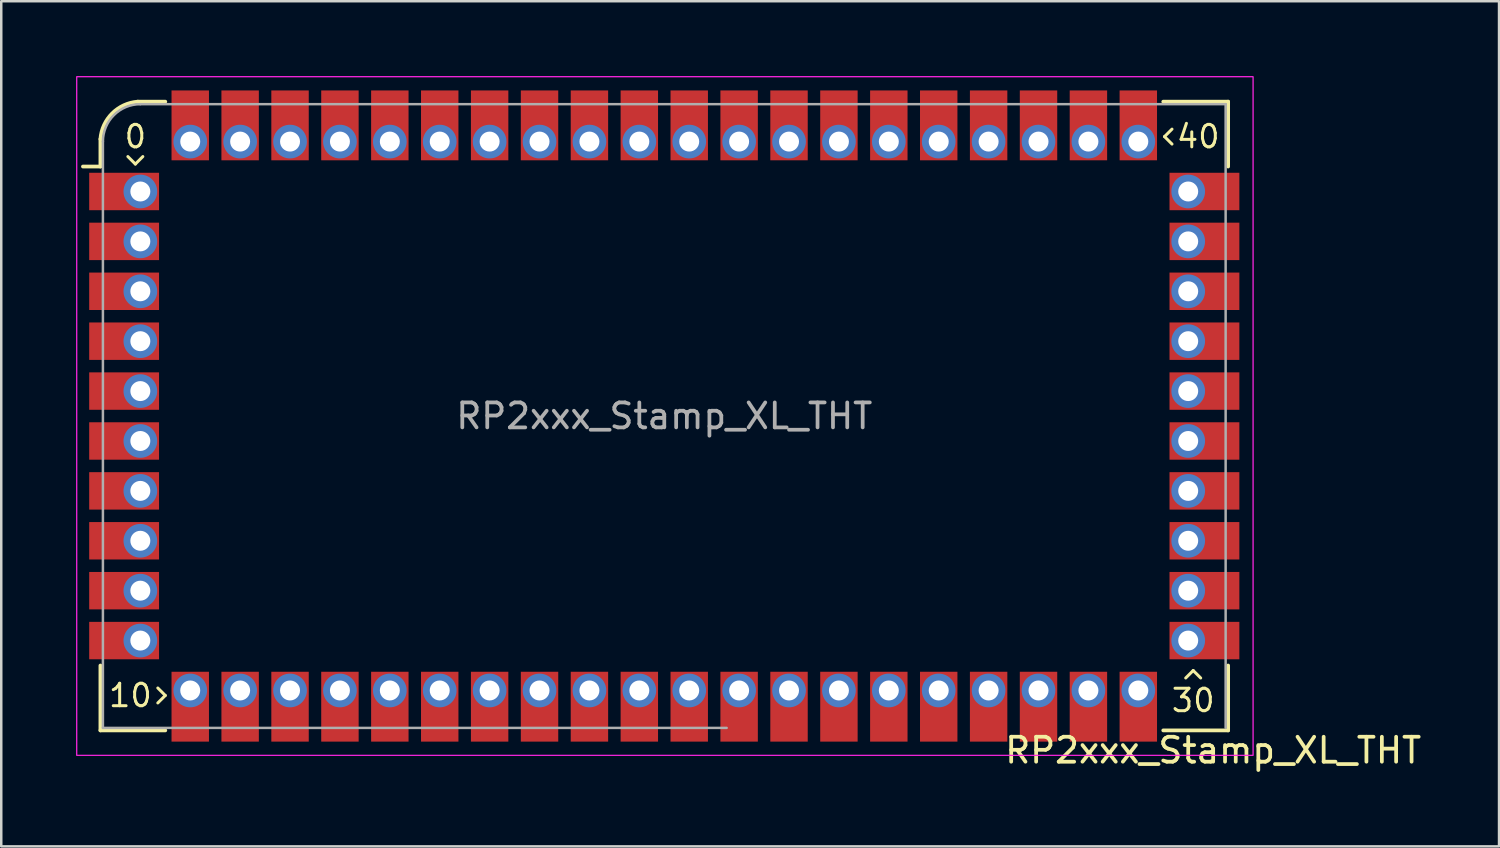
<source format=kicad_pcb>
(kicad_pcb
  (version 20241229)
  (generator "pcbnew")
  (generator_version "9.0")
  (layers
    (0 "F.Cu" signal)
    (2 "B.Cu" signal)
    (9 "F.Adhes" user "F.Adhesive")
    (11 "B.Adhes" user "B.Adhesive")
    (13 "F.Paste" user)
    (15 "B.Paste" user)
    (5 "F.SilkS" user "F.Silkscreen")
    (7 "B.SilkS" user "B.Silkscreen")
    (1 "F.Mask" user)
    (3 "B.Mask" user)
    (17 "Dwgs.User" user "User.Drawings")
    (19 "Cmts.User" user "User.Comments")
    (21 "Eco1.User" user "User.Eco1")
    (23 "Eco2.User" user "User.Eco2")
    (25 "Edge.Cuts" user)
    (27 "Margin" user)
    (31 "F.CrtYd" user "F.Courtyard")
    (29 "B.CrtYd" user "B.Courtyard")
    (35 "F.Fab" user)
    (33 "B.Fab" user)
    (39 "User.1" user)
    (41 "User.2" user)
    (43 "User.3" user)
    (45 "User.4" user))
  (footprint "RP2xxx_Stamp_XL_THT"
    (layer "F.Cu")
    (at 23.575 13.625)
    (property "Reference" "RP2xxx_Stamp_XL_THT" (at 22 13.4 0) (unlocked yes) (layer "F.SilkS") (effects (font (size 1 1) (thickness 0.15))))
    (attr through_hole)
    (fp_line (start -22.6 -10) (end -23.3 -10) (stroke (width 0.15) (type solid)) (layer "F.SilkS"))
    (fp_line (start -22.6 -10) (end -22.6 -11.1) (stroke (width 0.15) (type solid)) (layer "F.SilkS"))
    (fp_line (start -22.6 12.6) (end -22.6 10) (stroke (width 0.15) (type solid)) (layer "F.SilkS"))
    (fp_line (start -21.5 -10.4) (end -21.2 -10.1) (stroke (width 0.12) (type solid)) (layer "F.SilkS"))
    (fp_line (start -21.2 -10.1) (end -20.9 -10.4) (stroke (width 0.12) (type solid)) (layer "F.SilkS"))
    (fp_line (start -21.1 -12.6) (end -20 -12.6) (stroke (width 0.15) (type solid)) (layer "F.SilkS"))
    (fp_line (start -20.3 11.5) (end -20 11.2) (stroke (width 0.12) (type solid)) (layer "F.SilkS"))
    (fp_line (start -20 11.2) (end -20.3 10.9) (stroke (width 0.12) (type solid)) (layer "F.SilkS"))
    (fp_line (start -20 12.6) (end -22.6 12.6) (stroke (width 0.15) (type solid)) (layer "F.SilkS"))
    (fp_line (start 20 -12.6) (end 22.6 -12.6) (stroke (width 0.15) (type solid)) (layer "F.SilkS"))
    (fp_line (start 20.05 -11.2) (end 20.35 -10.9) (stroke (width 0.12) (type solid)) (layer "F.SilkS"))
    (fp_line (start 20.35 -11.5) (end 20.05 -11.2) (stroke (width 0.12) (type solid)) (layer "F.SilkS"))
    (fp_line (start 21.2 10.2) (end 20.9 10.5) (stroke (width 0.12) (type solid)) (layer "F.SilkS"))
    (fp_line (start 21.5 10.5) (end 21.2 10.2) (stroke (width 0.12) (type solid)) (layer "F.SilkS"))
    (fp_line (start 22.6 -12.6) (end 22.6 -10) (stroke (width 0.15) (type solid)) (layer "F.SilkS"))
    (fp_line (start 22.6 10) (end 22.6 12.6) (stroke (width 0.15) (type solid)) (layer "F.SilkS"))
    (fp_line (start 22.6 12.6) (end 20 12.6) (stroke (width 0.15) (type solid)) (layer "F.SilkS"))
    (fp_arc (start -22.6 -11.1) (mid -22.129432 -12.129432) (end -21.1 -12.6) (stroke (width 0.15) (type solid)) (layer "F.SilkS"))
    (fp_rect (start -23.55 -13.6) (end 23.6 13.6) (stroke (width 0.05) (type solid)) (fill no) (layer "F.CrtYd"))
    (fp_line (start -22.5 12.5) (end -22.5 -11) (stroke (width 0.1) (type solid)) (layer "F.Fab"))
    (fp_line (start -21 -12.5) (end 22.5 -12.5) (stroke (width 0.1) (type solid)) (layer "F.Fab"))
    (fp_line (start 2.5 12.5) (end -22.5 12.5) (stroke (width 0.1) (type solid)) (layer "F.Fab"))
    (fp_line (start 22.5 -12.5) (end 22.5 12.5) (stroke (width 0.1) (type solid)) (layer "F.Fab"))
    (fp_arc (start -22.500003 -11.000003) (mid -22.060661 -12.060662) (end -21 -12.5) (stroke (width 0.1) (type solid)) (layer "F.Fab"))
    (fp_text user "0" (at -21.2 -11.2 0) (unlocked yes) (layer "F.SilkS") (effects (font (size 0.9 0.9) (thickness 0.12))))
    (fp_text user "10" (at -21.4 11.2 0) (unlocked yes) (layer "F.SilkS") (effects (font (size 0.9 0.9) (thickness 0.12))))
    (fp_text user "30" (at 21.2 11.4 0) (unlocked yes) (layer "F.SilkS") (effects (font (size 0.9 0.9) (thickness 0.12))))
    (fp_text user "40" (at 21.4 -11.2 0) (unlocked yes) (layer "F.SilkS") (effects (font (size 0.9 0.9) (thickness 0.12))))
    (fp_text user "${REFERENCE}" (at 0 0 0) (unlocked yes) (layer "F.Fab") (effects (font (size 1 1) (thickness 0.15))))
    (pad "1" smd rect (at -21.65 -9) (size 2.8 1.5) (layers "F.Cu" "F.Mask" "F.Paste"))
    (pad "1" thru_hole circle (at -21 -9) (size 1.35 1.35) (drill 0.8) (layers "*.Cu" "*.Mask"))
    (pad "2" smd rect (at -21.65 -7) (size 2.8 1.5) (layers "F.Cu" "F.Mask" "F.Paste"))
    (pad "2" thru_hole oval (at -21 -7) (size 1.35 1.35) (drill 0.8) (layers "*.Cu" "*.Mask"))
    (pad "3" smd rect (at -21.65 -5) (size 2.8 1.5) (layers "F.Cu" "F.Mask" "F.Paste"))
    (pad "3" thru_hole oval (at -21 -5) (size 1.35 1.35) (drill 0.8) (layers "*.Cu" "*.Mask"))
    (pad "4" smd rect (at -21.65 -3) (size 2.8 1.5) (layers "F.Cu" "F.Mask" "F.Paste"))
    (pad "4" thru_hole oval (at -21 -3) (size 1.35 1.35) (drill 0.8) (layers "*.Cu" "*.Mask"))
    (pad "5" smd rect (at -21.65 -1) (size 2.8 1.5) (layers "F.Cu" "F.Mask" "F.Paste"))
    (pad "5" thru_hole oval (at -21 -1) (size 1.35 1.35) (drill 0.8) (layers "*.Cu" "*.Mask"))
    (pad "6" smd rect (at -21.65 1) (size 2.8 1.5) (layers "F.Cu" "F.Mask" "F.Paste"))
    (pad "6" thru_hole oval (at -21 1) (size 1.35 1.35) (drill 0.8) (layers "*.Cu" "*.Mask"))
    (pad "7" smd rect (at -21.65 3) (size 2.8 1.5) (layers "F.Cu" "F.Mask" "F.Paste"))
    (pad "7" thru_hole oval (at -21 3) (size 1.35 1.35) (drill 0.8) (layers "*.Cu" "*.Mask"))
    (pad "8" smd rect (at -21.65 5) (size 2.8 1.5) (layers "F.Cu" "F.Mask" "F.Paste"))
    (pad "8" thru_hole oval (at -21 5) (size 1.35 1.35) (drill 0.8) (layers "*.Cu" "*.Mask"))
    (pad "9" smd rect (at -21.65 7) (size 2.8 1.5) (layers "F.Cu" "F.Mask" "F.Paste"))
    (pad "9" thru_hole oval (at -21 7) (size 1.35 1.35) (drill 0.8) (layers "*.Cu" "*.Mask"))
    (pad "10" smd rect (at -21.65 9) (size 2.8 1.5) (layers "F.Cu" "F.Mask" "F.Paste"))
    (pad "10" thru_hole oval (at -21 9) (size 1.35 1.35) (drill 0.8) (layers "*.Cu" "*.Mask"))
    (pad "11" thru_hole oval (at -19 11) (size 1.35 1.35) (drill 0.8) (layers "*.Cu" "*.Mask"))
    (pad "11" smd rect (at -19 11.65 270) (size 2.8 1.5) (layers "F.Cu" "F.Mask" "F.Paste"))
    (pad "12" thru_hole oval (at -17 11) (size 1.35 1.35) (drill 0.8) (layers "*.Cu" "*.Mask"))
    (pad "12" smd rect (at -17 11.65 270) (size 2.8 1.5) (layers "F.Cu" "F.Mask" "F.Paste"))
    (pad "13" thru_hole oval (at -15 11) (size 1.35 1.35) (drill 0.8) (layers "*.Cu" "*.Mask"))
    (pad "13" smd rect (at -15 11.65 270) (size 2.8 1.5) (layers "F.Cu" "F.Mask" "F.Paste"))
    (pad "14" thru_hole oval (at -13 11) (size 1.35 1.35) (drill 0.8) (layers "*.Cu" "*.Mask"))
    (pad "14" smd rect (at -13 11.65 270) (size 2.8 1.5) (layers "F.Cu" "F.Mask" "F.Paste"))
    (pad "15" thru_hole oval (at -11 11) (size 1.35 1.35) (drill 0.8) (layers "*.Cu" "*.Mask"))
    (pad "15" smd rect (at -11 11.65 270) (size 2.8 1.5) (layers "F.Cu" "F.Mask" "F.Paste"))
    (pad "16" thru_hole oval (at -9 11) (size 1.35 1.35) (drill 0.8) (layers "*.Cu" "*.Mask"))
    (pad "16" smd rect (at -9 11.65 270) (size 2.8 1.5) (layers "F.Cu" "F.Mask" "F.Paste"))
    (pad "17" thru_hole oval (at -7 11) (size 1.35 1.35) (drill 0.8) (layers "*.Cu" "*.Mask"))
    (pad "17" smd rect (at -7 11.65 270) (size 2.8 1.5) (layers "F.Cu" "F.Mask" "F.Paste"))
    (pad "18" thru_hole oval (at -5 11) (size 1.35 1.35) (drill 0.8) (layers "*.Cu" "*.Mask"))
    (pad "18" smd rect (at -5 11.65 270) (size 2.8 1.5) (layers "F.Cu" "F.Mask" "F.Paste"))
    (pad "19" thru_hole oval (at -3 11) (size 1.35 1.35) (drill 0.8) (layers "*.Cu" "*.Mask"))
    (pad "19" smd rect (at -3 11.65 270) (size 2.8 1.5) (layers "F.Cu" "F.Mask" "F.Paste"))
    (pad "20" thru_hole oval (at -1 11) (size 1.35 1.35) (drill 0.8) (layers "*.Cu" "*.Mask"))
    (pad "20" smd rect (at -1 11.65 270) (size 2.8 1.5) (layers "F.Cu" "F.Mask" "F.Paste"))
    (pad "21" thru_hole oval (at 1 11) (size 1.35 1.35) (drill 0.8) (layers "*.Cu" "*.Mask"))
    (pad "21" smd rect (at 1 11.65 270) (size 2.8 1.5) (layers "F.Cu" "F.Mask" "F.Paste"))
    (pad "22" thru_hole oval (at 3 11) (size 1.35 1.35) (drill 0.8) (layers "*.Cu" "*.Mask"))
    (pad "22" smd rect (at 3 11.65 270) (size 2.8 1.5) (layers "F.Cu" "F.Mask" "F.Paste"))
    (pad "23" thru_hole oval (at 5 11) (size 1.35 1.35) (drill 0.8) (layers "*.Cu" "*.Mask"))
    (pad "23" smd rect (at 5 11.65 270) (size 2.8 1.5) (layers "F.Cu" "F.Mask" "F.Paste"))
    (pad "24" thru_hole oval (at 7 11) (size 1.35 1.35) (drill 0.8) (layers "*.Cu" "*.Mask"))
    (pad "24" smd rect (at 7 11.65 270) (size 2.8 1.5) (layers "F.Cu" "F.Mask" "F.Paste"))
    (pad "25" thru_hole oval (at 9 11) (size 1.35 1.35) (drill 0.8) (layers "*.Cu" "*.Mask"))
    (pad "25" smd rect (at 9 11.65 270) (size 2.8 1.5) (layers "F.Cu" "F.Mask" "F.Paste"))
    (pad "26" thru_hole oval (at 11 11) (size 1.35 1.35) (drill 0.8) (layers "*.Cu" "*.Mask"))
    (pad "26" smd rect (at 11 11.65 270) (size 2.8 1.5) (layers "F.Cu" "F.Mask" "F.Paste"))
    (pad "27" thru_hole oval (at 13 11) (size 1.35 1.35) (drill 0.8) (layers "*.Cu" "*.Mask"))
    (pad "27" smd rect (at 13 11.65 270) (size 2.8 1.5) (layers "F.Cu" "F.Mask" "F.Paste"))
    (pad "28" thru_hole oval (at 15 11) (size 1.35 1.35) (drill 0.8) (layers "*.Cu" "*.Mask"))
    (pad "28" smd rect (at 15 11.65 270) (size 2.8 1.5) (layers "F.Cu" "F.Mask" "F.Paste"))
    (pad "29" thru_hole oval (at 17 11) (size 1.35 1.35) (drill 0.8) (layers "*.Cu" "*.Mask"))
    (pad "29" smd rect (at 17 11.65 270) (size 2.8 1.5) (layers "F.Cu" "F.Mask" "F.Paste"))
    (pad "30" thru_hole oval (at 19 11) (size 1.35 1.35) (drill 0.8) (layers "*.Cu" "*.Mask"))
    (pad "30" smd rect (at 19 11.65 270) (size 2.8 1.5) (layers "F.Cu" "F.Mask" "F.Paste"))
    (pad "31" smd rect (at -1 -11.65 270) (size 2.8 1.5) (layers "F.Cu" "F.Mask" "F.Paste"))
    (pad "31" thru_hole oval (at -1 -11) (size 1.35 1.35) (drill 0.8) (layers "*.Cu" "*.Mask"))
    (pad "32" smd rect (at -3 -11.65 270) (size 2.8 1.5) (layers "F.Cu" "F.Mask" "F.Paste"))
    (pad "32" thru_hole oval (at -3 -11) (size 1.35 1.35) (drill 0.8) (layers "*.Cu" "*.Mask"))
    (pad "33" smd rect (at -5 -11.65 270) (size 2.8 1.5) (layers "F.Cu" "F.Mask" "F.Paste"))
    (pad "33" thru_hole oval (at -5 -11) (size 1.35 1.35) (drill 0.8) (layers "*.Cu" "*.Mask"))
    (pad "34" smd rect (at -7 -11.65 270) (size 2.8 1.5) (layers "F.Cu" "F.Mask" "F.Paste"))
    (pad "34" thru_hole oval (at -7 -11) (size 1.35 1.35) (drill 0.8) (layers "*.Cu" "*.Mask"))
    (pad "35" smd rect (at -9 -11.65 270) (size 2.8 1.5) (layers "F.Cu" "F.Mask" "F.Paste"))
    (pad "35" thru_hole oval (at -9 -11) (size 1.35 1.35) (drill 0.8) (layers "*.Cu" "*.Mask"))
    (pad "36" smd rect (at -11 -11.65 270) (size 2.8 1.5) (layers "F.Cu" "F.Mask" "F.Paste"))
    (pad "36" thru_hole oval (at -11 -11) (size 1.35 1.35) (drill 0.8) (layers "*.Cu" "*.Mask"))
    (pad "37" smd rect (at -13 -11.65 270) (size 2.8 1.5) (layers "F.Cu" "F.Mask" "F.Paste"))
    (pad "37" thru_hole oval (at -13 -11) (size 1.35 1.35) (drill 0.8) (layers "*.Cu" "*.Mask"))
    (pad "38" smd rect (at -15 -11.65 270) (size 2.8 1.5) (layers "F.Cu" "F.Mask" "F.Paste"))
    (pad "38" thru_hole oval (at -15 -11) (size 1.35 1.35) (drill 0.8) (layers "*.Cu" "*.Mask"))
    (pad "39" smd rect (at -17 -11.65 270) (size 2.8 1.5) (layers "F.Cu" "F.Mask" "F.Paste"))
    (pad "39" thru_hole oval (at -17 -11) (size 1.35 1.35) (drill 0.8) (layers "*.Cu" "*.Mask"))
    (pad "40" smd rect (at -19 -11.65 270) (size 2.8 1.5) (layers "F.Cu" "F.Mask" "F.Paste"))
    (pad "40" thru_hole oval (at -19 -11) (size 1.35 1.35) (drill 0.8) (layers "*.Cu" "*.Mask"))
    (pad "41" thru_hole oval (at 21 9) (size 1.35 1.35) (drill 0.8) (layers "*.Cu" "*.Mask"))
    (pad "41" smd rect (at 21.65 9) (size 2.8 1.5) (layers "F.Cu" "F.Mask" "F.Paste"))
    (pad "42" thru_hole oval (at 21 7) (size 1.35 1.35) (drill 0.8) (layers "*.Cu" "*.Mask"))
    (pad "42" smd rect (at 21.65 7) (size 2.8 1.5) (layers "F.Cu" "F.Mask" "F.Paste"))
    (pad "43" thru_hole oval (at 21 5) (size 1.35 1.35) (drill 0.8) (layers "*.Cu" "*.Mask"))
    (pad "43" smd rect (at 21.65 5) (size 2.8 1.5) (layers "F.Cu" "F.Mask" "F.Paste"))
    (pad "44" thru_hole oval (at 21 3) (size 1.35 1.35) (drill 0.8) (layers "*.Cu" "*.Mask"))
    (pad "44" smd rect (at 21.65 3) (size 2.8 1.5) (layers "F.Cu" "F.Mask" "F.Paste"))
    (pad "45" thru_hole oval (at 21 1) (size 1.35 1.35) (drill 0.8) (layers "*.Cu" "*.Mask"))
    (pad "45" smd rect (at 21.65 1) (size 2.8 1.5) (layers "F.Cu" "F.Mask" "F.Paste"))
    (pad "46" thru_hole oval (at 21 -1) (size 1.35 1.35) (drill 0.8) (layers "*.Cu" "*.Mask"))
    (pad "46" smd rect (at 21.65 -1) (size 2.8 1.5) (layers "F.Cu" "F.Mask" "F.Paste"))
    (pad "47" thru_hole oval (at 21 -3) (size 1.35 1.35) (drill 0.8) (layers "*.Cu" "*.Mask"))
    (pad "47" smd rect (at 21.65 -3) (size 2.8 1.5) (layers "F.Cu" "F.Mask" "F.Paste"))
    (pad "48" thru_hole oval (at 21 -5) (size 1.35 1.35) (drill 0.8) (layers "*.Cu" "*.Mask"))
    (pad "48" smd rect (at 21.65 -5) (size 2.8 1.5) (layers "F.Cu" "F.Mask" "F.Paste"))
    (pad "49" thru_hole oval (at 21 -7) (size 1.35 1.35) (drill 0.8) (layers "*.Cu" "*.Mask"))
    (pad "49" smd rect (at 21.65 -7) (size 2.8 1.5) (layers "F.Cu" "F.Mask" "F.Paste"))
    (pad "50" thru_hole oval (at 21 -9) (size 1.35 1.35) (drill 0.8) (layers "*.Cu" "*.Mask"))
    (pad "50" smd rect (at 21.65 -9) (size 2.8 1.5) (layers "F.Cu" "F.Mask" "F.Paste"))
    (pad "51" smd rect (at 19 -11.65 270) (size 2.8 1.5) (layers "F.Cu" "F.Mask" "F.Paste"))
    (pad "51" thru_hole oval (at 19 -11) (size 1.35 1.35) (drill 0.8) (layers "*.Cu" "*.Mask"))
    (pad "52" smd rect (at 17 -11.65 270) (size 2.8 1.5) (layers "F.Cu" "F.Mask" "F.Paste"))
    (pad "52" thru_hole oval (at 17 -11) (size 1.35 1.35) (drill 0.8) (layers "*.Cu" "*.Mask"))
    (pad "53" smd rect (at 15 -11.65 270) (size 2.8 1.5) (layers "F.Cu" "F.Mask" "F.Paste"))
    (pad "53" thru_hole oval (at 15 -11) (size 1.35 1.35) (drill 0.8) (layers "*.Cu" "*.Mask"))
    (pad "54" smd rect (at 13 -11.65 270) (size 2.8 1.5) (layers "F.Cu" "F.Mask" "F.Paste"))
    (pad "54" thru_hole oval (at 13 -11) (size 1.35 1.35) (drill 0.8) (layers "*.Cu" "*.Mask"))
    (pad "55" smd rect (at 11 -11.65 270) (size 2.8 1.5) (layers "F.Cu" "F.Mask" "F.Paste"))
    (pad "55" thru_hole oval (at 11 -11) (size 1.35 1.35) (drill 0.8) (layers "*.Cu" "*.Mask"))
    (pad "56" smd rect (at 9 -11.65 270) (size 2.8 1.5) (layers "F.Cu" "F.Mask" "F.Paste"))
    (pad "56" thru_hole oval (at 9 -11) (size 1.35 1.35) (drill 0.8) (layers "*.Cu" "*.Mask"))
    (pad "57" smd rect (at 7 -11.65 270) (size 2.8 1.5) (layers "F.Cu" "F.Mask" "F.Paste"))
    (pad "57" thru_hole oval (at 7 -11) (size 1.35 1.35) (drill 0.8) (layers "*.Cu" "*.Mask"))
    (pad "58" smd rect (at 5 -11.65 270) (size 2.8 1.5) (layers "F.Cu" "F.Mask" "F.Paste"))
    (pad "58" thru_hole oval (at 5 -11) (size 1.35 1.35) (drill 0.8) (layers "*.Cu" "*.Mask"))
    (pad "59" smd rect (at 3 -11.65 270) (size 2.8 1.5) (layers "F.Cu" "F.Mask" "F.Paste"))
    (pad "59" thru_hole oval (at 3 -11) (size 1.35 1.35) (drill 0.8) (layers "*.Cu" "*.Mask"))
    (pad "60" smd rect (at 1 -11.65 270) (size 2.8 1.5) (layers "F.Cu" "F.Mask" "F.Paste"))
    (pad "60" thru_hole oval (at 1 -11) (size 1.35 1.35) (drill 0.8) (layers "*.Cu" "*.Mask")))
  (gr_rect
    (start -3 -3)
    (end 57.033 30.873)
    (stroke (width 0.1) (type default))
    (fill no)
    (layer "Edge.Cuts")))
</source>
